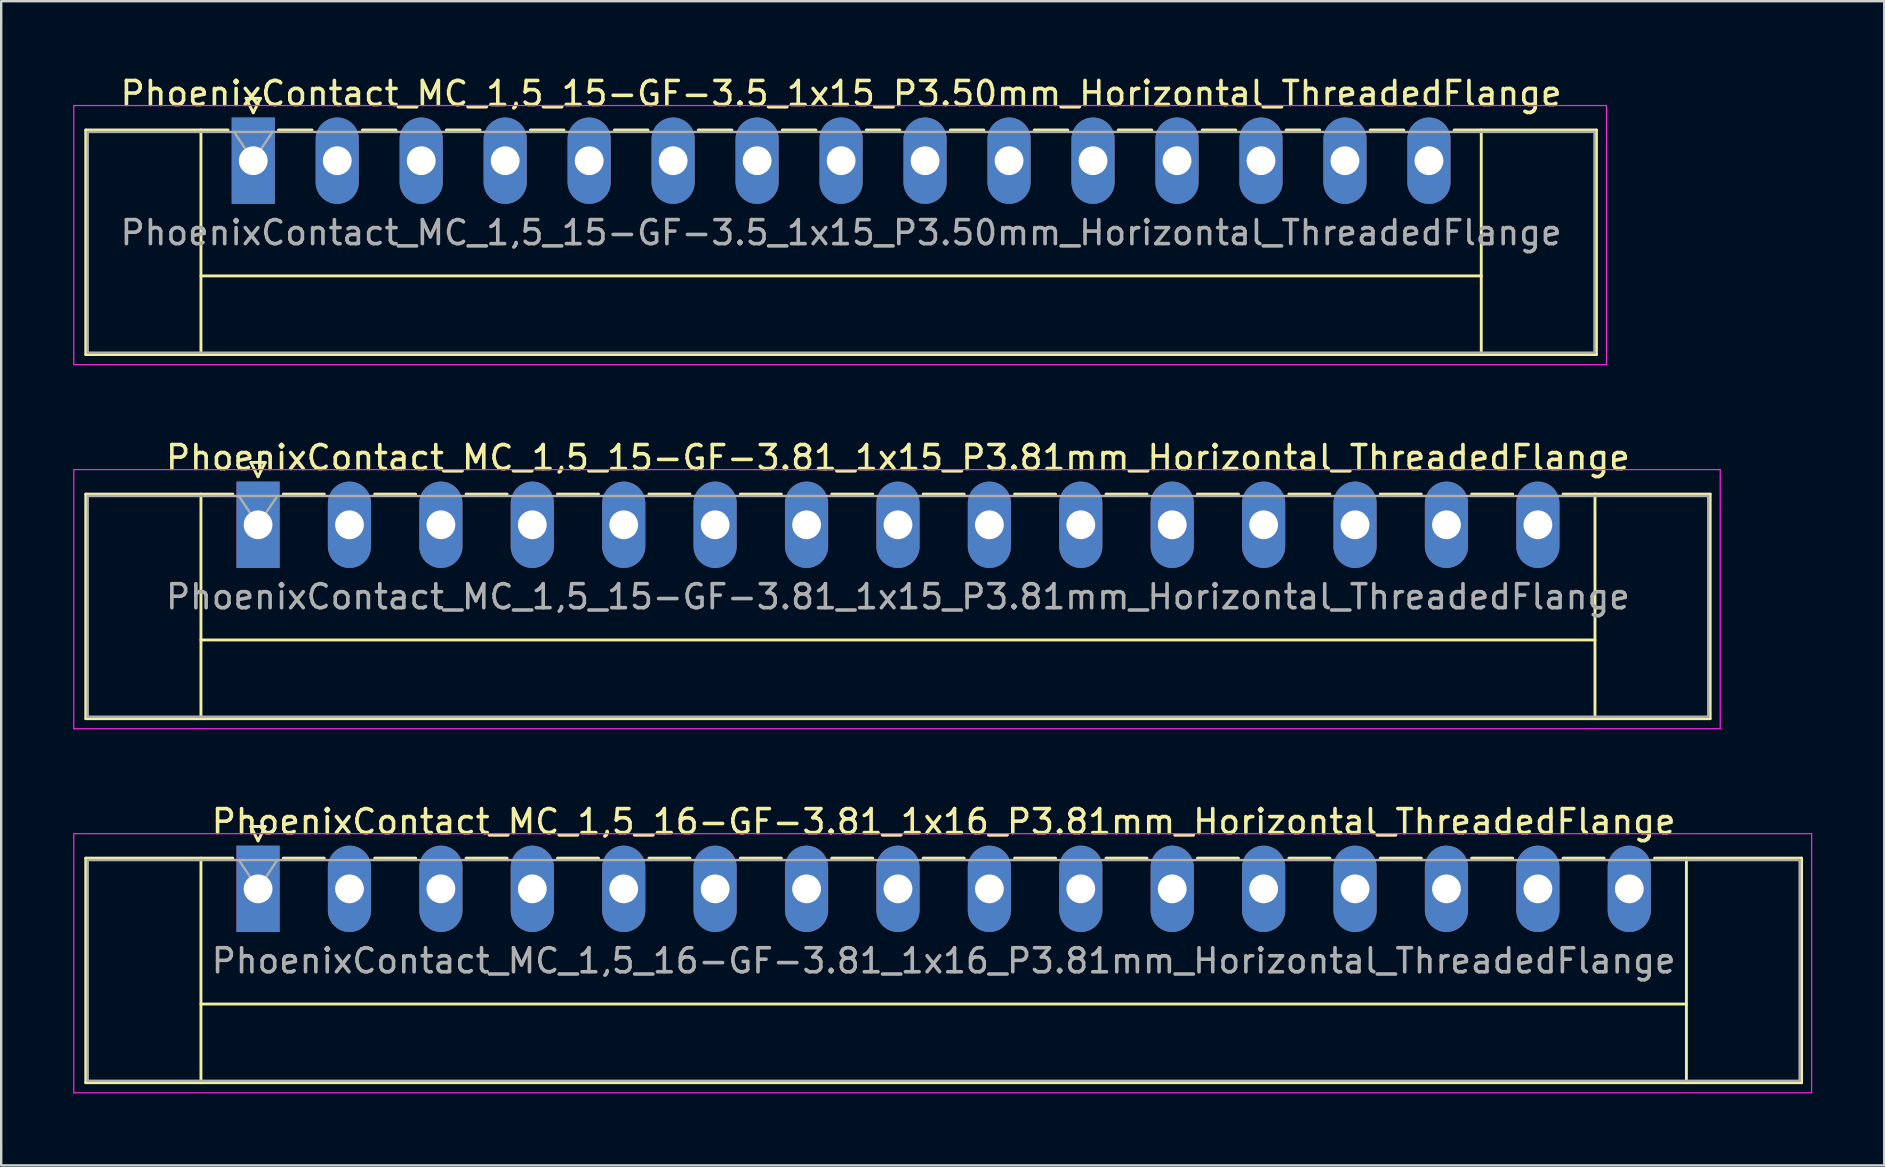
<source format=kicad_pcb>
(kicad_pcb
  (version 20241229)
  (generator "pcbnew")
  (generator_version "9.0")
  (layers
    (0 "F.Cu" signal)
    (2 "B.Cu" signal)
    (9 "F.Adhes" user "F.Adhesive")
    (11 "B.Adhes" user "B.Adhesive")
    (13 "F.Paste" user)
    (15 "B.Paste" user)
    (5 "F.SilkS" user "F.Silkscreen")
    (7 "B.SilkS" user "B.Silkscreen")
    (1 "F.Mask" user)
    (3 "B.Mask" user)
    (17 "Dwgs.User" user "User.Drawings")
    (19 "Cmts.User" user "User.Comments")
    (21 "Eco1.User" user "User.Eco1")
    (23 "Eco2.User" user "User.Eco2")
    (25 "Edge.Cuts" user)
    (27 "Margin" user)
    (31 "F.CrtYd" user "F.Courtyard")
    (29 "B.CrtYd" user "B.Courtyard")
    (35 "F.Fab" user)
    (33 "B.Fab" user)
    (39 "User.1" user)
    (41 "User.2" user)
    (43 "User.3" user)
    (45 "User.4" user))
  (footprint "PhoenixContact_MC_1,5_15-GF-3.5_1x15_P3.50mm_Horizontal_ThreadedFlange"
    (layer "F.Cu")
    (at 7.505 3.648)
    (property "Reference" "PhoenixContact_MC_1,5_15-GF-3.5_1x15_P3.50mm_Horizontal_ThreadedFlange" (at 24.5 -2.8 0) (layer "F.SilkS") (effects (font (size 1 1) (thickness 0.15))))
    (attr through_hole)
    (fp_line (start -6.98 -1.28) (end -6.98 8.08) (stroke (width 0.12) (type solid)) (layer "F.SilkS"))
    (fp_line (start -6.98 -1.28) (end -1.05 -1.28) (stroke (width 0.12) (type solid)) (layer "F.SilkS"))
    (fp_line (start -6.98 8.08) (end 55.98 8.08) (stroke (width 0.12) (type solid)) (layer "F.SilkS"))
    (fp_line (start -2.18 -1.28) (end -2.18 8.08) (stroke (width 0.12) (type solid)) (layer "F.SilkS"))
    (fp_line (start -2.18 4.8) (end 51.18 4.8) (stroke (width 0.12) (type solid)) (layer "F.SilkS"))
    (fp_line (start -0.3 -2.6) (end 0.3 -2.6) (stroke (width 0.12) (type solid)) (layer "F.SilkS"))
    (fp_line (start 0 -2) (end -0.3 -2.6) (stroke (width 0.12) (type solid)) (layer "F.SilkS"))
    (fp_line (start 0.3 -2.6) (end 0 -2) (stroke (width 0.12) (type solid)) (layer "F.SilkS"))
    (fp_line (start 1.05 -1.28) (end 2.45 -1.28) (stroke (width 0.12) (type solid)) (layer "F.SilkS"))
    (fp_line (start 4.55 -1.28) (end 5.95 -1.28) (stroke (width 0.12) (type solid)) (layer "F.SilkS"))
    (fp_line (start 8.05 -1.28) (end 9.45 -1.28) (stroke (width 0.12) (type solid)) (layer "F.SilkS"))
    (fp_line (start 11.55 -1.28) (end 12.95 -1.28) (stroke (width 0.12) (type solid)) (layer "F.SilkS"))
    (fp_line (start 15.05 -1.28) (end 16.45 -1.28) (stroke (width 0.12) (type solid)) (layer "F.SilkS"))
    (fp_line (start 18.55 -1.28) (end 19.95 -1.28) (stroke (width 0.12) (type solid)) (layer "F.SilkS"))
    (fp_line (start 22.05 -1.28) (end 23.45 -1.28) (stroke (width 0.12) (type solid)) (layer "F.SilkS"))
    (fp_line (start 25.55 -1.28) (end 26.95 -1.28) (stroke (width 0.12) (type solid)) (layer "F.SilkS"))
    (fp_line (start 29.05 -1.28) (end 30.45 -1.28) (stroke (width 0.12) (type solid)) (layer "F.SilkS"))
    (fp_line (start 32.55 -1.28) (end 33.95 -1.28) (stroke (width 0.12) (type solid)) (layer "F.SilkS"))
    (fp_line (start 36.05 -1.28) (end 37.45 -1.28) (stroke (width 0.12) (type solid)) (layer "F.SilkS"))
    (fp_line (start 39.55 -1.28) (end 40.95 -1.28) (stroke (width 0.12) (type solid)) (layer "F.SilkS"))
    (fp_line (start 43.05 -1.28) (end 44.45 -1.28) (stroke (width 0.12) (type solid)) (layer "F.SilkS"))
    (fp_line (start 46.55 -1.28) (end 47.95 -1.28) (stroke (width 0.12) (type solid)) (layer "F.SilkS"))
    (fp_line (start 51.18 -1.28) (end 51.18 8.08) (stroke (width 0.12) (type solid)) (layer "F.SilkS"))
    (fp_line (start 55.98 -1.28) (end 50.05 -1.28) (stroke (width 0.12) (type solid)) (layer "F.SilkS"))
    (fp_line (start 55.98 8.08) (end 55.98 -1.28) (stroke (width 0.12) (type solid)) (layer "F.SilkS"))
    (fp_line (start -7.48 -2.3) (end -7.48 8.5) (stroke (width 0.05) (type solid)) (layer "F.CrtYd"))
    (fp_line (start -7.48 8.5) (end 56.4 8.5) (stroke (width 0.05) (type solid)) (layer "F.CrtYd"))
    (fp_line (start 56.4 -2.3) (end -7.48 -2.3) (stroke (width 0.05) (type solid)) (layer "F.CrtYd"))
    (fp_line (start 56.4 8.5) (end 56.4 -2.3) (stroke (width 0.05) (type solid)) (layer "F.CrtYd"))
    (fp_line (start -6.9 -1.2) (end -6.9 8) (stroke (width 0.1) (type solid)) (layer "F.Fab"))
    (fp_line (start -6.9 8) (end 55.9 8) (stroke (width 0.1) (type solid)) (layer "F.Fab"))
    (fp_line (start 0 0) (end -0.8 -1.2) (stroke (width 0.1) (type solid)) (layer "F.Fab"))
    (fp_line (start 0.8 -1.2) (end 0 0) (stroke (width 0.1) (type solid)) (layer "F.Fab"))
    (fp_line (start 55.9 -1.2) (end -6.9 -1.2) (stroke (width 0.1) (type solid)) (layer "F.Fab"))
    (fp_line (start 55.9 8) (end 55.9 -1.2) (stroke (width 0.1) (type solid)) (layer "F.Fab"))
    (fp_text user "${REFERENCE}" (at 24.5 3 0) (layer "F.Fab") (effects (font (size 1 1) (thickness 0.15))))
    (pad "1" thru_hole rect (at 0 0) (size 1.8 3.6) (drill 1.2) (layers "*.Cu" "*.Mask"))
    (pad "2" thru_hole oval (at 3.5 0) (size 1.8 3.6) (drill 1.2) (layers "*.Cu" "*.Mask"))
    (pad "3" thru_hole oval (at 7 0) (size 1.8 3.6) (drill 1.2) (layers "*.Cu" "*.Mask"))
    (pad "4" thru_hole oval (at 10.5 0) (size 1.8 3.6) (drill 1.2) (layers "*.Cu" "*.Mask"))
    (pad "5" thru_hole oval (at 14 0) (size 1.8 3.6) (drill 1.2) (layers "*.Cu" "*.Mask"))
    (pad "6" thru_hole oval (at 17.5 0) (size 1.8 3.6) (drill 1.2) (layers "*.Cu" "*.Mask"))
    (pad "7" thru_hole oval (at 21 0) (size 1.8 3.6) (drill 1.2) (layers "*.Cu" "*.Mask"))
    (pad "8" thru_hole oval (at 24.5 0) (size 1.8 3.6) (drill 1.2) (layers "*.Cu" "*.Mask"))
    (pad "9" thru_hole oval (at 28 0) (size 1.8 3.6) (drill 1.2) (layers "*.Cu" "*.Mask"))
    (pad "10" thru_hole oval (at 31.5 0) (size 1.8 3.6) (drill 1.2) (layers "*.Cu" "*.Mask"))
    (pad "11" thru_hole oval (at 35 0) (size 1.8 3.6) (drill 1.2) (layers "*.Cu" "*.Mask"))
    (pad "12" thru_hole oval (at 38.5 0) (size 1.8 3.6) (drill 1.2) (layers "*.Cu" "*.Mask"))
    (pad "13" thru_hole oval (at 42 0) (size 1.8 3.6) (drill 1.2) (layers "*.Cu" "*.Mask"))
    (pad "14" thru_hole oval (at 45.5 0) (size 1.8 3.6) (drill 1.2) (layers "*.Cu" "*.Mask"))
    (pad "15" thru_hole oval (at 49 0) (size 1.8 3.6) (drill 1.2) (layers "*.Cu" "*.Mask")))
  (footprint "PhoenixContact_MC_1,5_16-GF-3.81_1x16_P3.81mm_Horizontal_ThreadedFlange"
    (layer "F.Cu")
    (at 7.705 33.995)
    (property "Reference" "PhoenixContact_MC_1,5_16-GF-3.81_1x16_P3.81mm_Horizontal_ThreadedFlange" (at 28.575 -2.8 0) (layer "F.SilkS") (effects (font (size 1 1) (thickness 0.15))))
    (attr through_hole)
    (fp_line (start -7.18 -1.28) (end -7.18 8.08) (stroke (width 0.12) (type solid)) (layer "F.SilkS"))
    (fp_line (start -7.18 -1.28) (end -1.05 -1.28) (stroke (width 0.12) (type solid)) (layer "F.SilkS"))
    (fp_line (start -7.18 8.08) (end 64.33 8.08) (stroke (width 0.12) (type solid)) (layer "F.SilkS"))
    (fp_line (start -2.38 -1.28) (end -2.38 8.08) (stroke (width 0.12) (type solid)) (layer "F.SilkS"))
    (fp_line (start -2.38 4.8) (end 59.53 4.8) (stroke (width 0.12) (type solid)) (layer "F.SilkS"))
    (fp_line (start -0.3 -2.6) (end 0.3 -2.6) (stroke (width 0.12) (type solid)) (layer "F.SilkS"))
    (fp_line (start 0 -2) (end -0.3 -2.6) (stroke (width 0.12) (type solid)) (layer "F.SilkS"))
    (fp_line (start 0.3 -2.6) (end 0 -2) (stroke (width 0.12) (type solid)) (layer "F.SilkS"))
    (fp_line (start 1.05 -1.28) (end 2.76 -1.28) (stroke (width 0.12) (type solid)) (layer "F.SilkS"))
    (fp_line (start 4.86 -1.28) (end 6.57 -1.28) (stroke (width 0.12) (type solid)) (layer "F.SilkS"))
    (fp_line (start 8.67 -1.28) (end 10.38 -1.28) (stroke (width 0.12) (type solid)) (layer "F.SilkS"))
    (fp_line (start 12.48 -1.28) (end 14.19 -1.28) (stroke (width 0.12) (type solid)) (layer "F.SilkS"))
    (fp_line (start 16.29 -1.28) (end 18 -1.28) (stroke (width 0.12) (type solid)) (layer "F.SilkS"))
    (fp_line (start 20.1 -1.28) (end 21.81 -1.28) (stroke (width 0.12) (type solid)) (layer "F.SilkS"))
    (fp_line (start 23.91 -1.28) (end 25.62 -1.28) (stroke (width 0.12) (type solid)) (layer "F.SilkS"))
    (fp_line (start 27.72 -1.28) (end 29.43 -1.28) (stroke (width 0.12) (type solid)) (layer "F.SilkS"))
    (fp_line (start 31.53 -1.28) (end 33.24 -1.28) (stroke (width 0.12) (type solid)) (layer "F.SilkS"))
    (fp_line (start 35.34 -1.28) (end 37.05 -1.28) (stroke (width 0.12) (type solid)) (layer "F.SilkS"))
    (fp_line (start 39.15 -1.28) (end 40.86 -1.28) (stroke (width 0.12) (type solid)) (layer "F.SilkS"))
    (fp_line (start 42.96 -1.28) (end 44.67 -1.28) (stroke (width 0.12) (type solid)) (layer "F.SilkS"))
    (fp_line (start 46.77 -1.28) (end 48.48 -1.28) (stroke (width 0.12) (type solid)) (layer "F.SilkS"))
    (fp_line (start 50.58 -1.28) (end 52.29 -1.28) (stroke (width 0.12) (type solid)) (layer "F.SilkS"))
    (fp_line (start 54.39 -1.28) (end 56.1 -1.28) (stroke (width 0.12) (type solid)) (layer "F.SilkS"))
    (fp_line (start 59.53 -1.28) (end 59.53 8.08) (stroke (width 0.12) (type solid)) (layer "F.SilkS"))
    (fp_line (start 64.33 -1.28) (end 58.2 -1.28) (stroke (width 0.12) (type solid)) (layer "F.SilkS"))
    (fp_line (start 64.33 8.08) (end 64.33 -1.28) (stroke (width 0.12) (type solid)) (layer "F.SilkS"))
    (fp_line (start -7.68 -2.3) (end -7.68 8.5) (stroke (width 0.05) (type solid)) (layer "F.CrtYd"))
    (fp_line (start -7.68 8.5) (end 64.75 8.5) (stroke (width 0.05) (type solid)) (layer "F.CrtYd"))
    (fp_line (start 64.75 -2.3) (end -7.68 -2.3) (stroke (width 0.05) (type solid)) (layer "F.CrtYd"))
    (fp_line (start 64.75 8.5) (end 64.75 -2.3) (stroke (width 0.05) (type solid)) (layer "F.CrtYd"))
    (fp_line (start -7.1 -1.2) (end -7.1 8) (stroke (width 0.1) (type solid)) (layer "F.Fab"))
    (fp_line (start -7.1 8) (end 64.25 8) (stroke (width 0.1) (type solid)) (layer "F.Fab"))
    (fp_line (start 0 0) (end -0.8 -1.2) (stroke (width 0.1) (type solid)) (layer "F.Fab"))
    (fp_line (start 0.8 -1.2) (end 0 0) (stroke (width 0.1) (type solid)) (layer "F.Fab"))
    (fp_line (start 64.25 -1.2) (end -7.1 -1.2) (stroke (width 0.1) (type solid)) (layer "F.Fab"))
    (fp_line (start 64.25 8) (end 64.25 -1.2) (stroke (width 0.1) (type solid)) (layer "F.Fab"))
    (fp_text user "${REFERENCE}" (at 28.575 3 0) (layer "F.Fab") (effects (font (size 1 1) (thickness 0.15))))
    (pad "1" thru_hole rect (at 0 0) (size 1.8 3.6) (drill 1.2) (layers "*.Cu" "*.Mask"))
    (pad "2" thru_hole oval (at 3.81 0) (size 1.8 3.6) (drill 1.2) (layers "*.Cu" "*.Mask"))
    (pad "3" thru_hole oval (at 7.62 0) (size 1.8 3.6) (drill 1.2) (layers "*.Cu" "*.Mask"))
    (pad "4" thru_hole oval (at 11.43 0) (size 1.8 3.6) (drill 1.2) (layers "*.Cu" "*.Mask"))
    (pad "5" thru_hole oval (at 15.24 0) (size 1.8 3.6) (drill 1.2) (layers "*.Cu" "*.Mask"))
    (pad "6" thru_hole oval (at 19.05 0) (size 1.8 3.6) (drill 1.2) (layers "*.Cu" "*.Mask"))
    (pad "7" thru_hole oval (at 22.86 0) (size 1.8 3.6) (drill 1.2) (layers "*.Cu" "*.Mask"))
    (pad "8" thru_hole oval (at 26.67 0) (size 1.8 3.6) (drill 1.2) (layers "*.Cu" "*.Mask"))
    (pad "9" thru_hole oval (at 30.48 0) (size 1.8 3.6) (drill 1.2) (layers "*.Cu" "*.Mask"))
    (pad "10" thru_hole oval (at 34.29 0) (size 1.8 3.6) (drill 1.2) (layers "*.Cu" "*.Mask"))
    (pad "11" thru_hole oval (at 38.1 0) (size 1.8 3.6) (drill 1.2) (layers "*.Cu" "*.Mask"))
    (pad "12" thru_hole oval (at 41.91 0) (size 1.8 3.6) (drill 1.2) (layers "*.Cu" "*.Mask"))
    (pad "13" thru_hole oval (at 45.72 0) (size 1.8 3.6) (drill 1.2) (layers "*.Cu" "*.Mask"))
    (pad "14" thru_hole oval (at 49.53 0) (size 1.8 3.6) (drill 1.2) (layers "*.Cu" "*.Mask"))
    (pad "15" thru_hole oval (at 53.34 0) (size 1.8 3.6) (drill 1.2) (layers "*.Cu" "*.Mask"))
    (pad "16" thru_hole oval (at 57.15 0) (size 1.8 3.6) (drill 1.2) (layers "*.Cu" "*.Mask")))
  (footprint "PhoenixContact_MC_1,5_15-GF-3.81_1x15_P3.81mm_Horizontal_ThreadedFlange"
    (layer "F.Cu")
    (at 7.705 18.822)
    (property "Reference" "PhoenixContact_MC_1,5_15-GF-3.81_1x15_P3.81mm_Horizontal_ThreadedFlange" (at 26.67 -2.8 0) (layer "F.SilkS") (effects (font (size 1 1) (thickness 0.15))))
    (attr through_hole)
    (fp_line (start -7.18 -1.28) (end -7.18 8.08) (stroke (width 0.12) (type solid)) (layer "F.SilkS"))
    (fp_line (start -7.18 -1.28) (end -1.05 -1.28) (stroke (width 0.12) (type solid)) (layer "F.SilkS"))
    (fp_line (start -7.18 8.08) (end 60.52 8.08) (stroke (width 0.12) (type solid)) (layer "F.SilkS"))
    (fp_line (start -2.38 -1.28) (end -2.38 8.08) (stroke (width 0.12) (type solid)) (layer "F.SilkS"))
    (fp_line (start -2.38 4.8) (end 55.72 4.8) (stroke (width 0.12) (type solid)) (layer "F.SilkS"))
    (fp_line (start -0.3 -2.6) (end 0.3 -2.6) (stroke (width 0.12) (type solid)) (layer "F.SilkS"))
    (fp_line (start 0 -2) (end -0.3 -2.6) (stroke (width 0.12) (type solid)) (layer "F.SilkS"))
    (fp_line (start 0.3 -2.6) (end 0 -2) (stroke (width 0.12) (type solid)) (layer "F.SilkS"))
    (fp_line (start 1.05 -1.28) (end 2.76 -1.28) (stroke (width 0.12) (type solid)) (layer "F.SilkS"))
    (fp_line (start 4.86 -1.28) (end 6.57 -1.28) (stroke (width 0.12) (type solid)) (layer "F.SilkS"))
    (fp_line (start 8.67 -1.28) (end 10.38 -1.28) (stroke (width 0.12) (type solid)) (layer "F.SilkS"))
    (fp_line (start 12.48 -1.28) (end 14.19 -1.28) (stroke (width 0.12) (type solid)) (layer "F.SilkS"))
    (fp_line (start 16.29 -1.28) (end 18 -1.28) (stroke (width 0.12) (type solid)) (layer "F.SilkS"))
    (fp_line (start 20.1 -1.28) (end 21.81 -1.28) (stroke (width 0.12) (type solid)) (layer "F.SilkS"))
    (fp_line (start 23.91 -1.28) (end 25.62 -1.28) (stroke (width 0.12) (type solid)) (layer "F.SilkS"))
    (fp_line (start 27.72 -1.28) (end 29.43 -1.28) (stroke (width 0.12) (type solid)) (layer "F.SilkS"))
    (fp_line (start 31.53 -1.28) (end 33.24 -1.28) (stroke (width 0.12) (type solid)) (layer "F.SilkS"))
    (fp_line (start 35.34 -1.28) (end 37.05 -1.28) (stroke (width 0.12) (type solid)) (layer "F.SilkS"))
    (fp_line (start 39.15 -1.28) (end 40.86 -1.28) (stroke (width 0.12) (type solid)) (layer "F.SilkS"))
    (fp_line (start 42.96 -1.28) (end 44.67 -1.28) (stroke (width 0.12) (type solid)) (layer "F.SilkS"))
    (fp_line (start 46.77 -1.28) (end 48.48 -1.28) (stroke (width 0.12) (type solid)) (layer "F.SilkS"))
    (fp_line (start 50.58 -1.28) (end 52.29 -1.28) (stroke (width 0.12) (type solid)) (layer "F.SilkS"))
    (fp_line (start 55.72 -1.28) (end 55.72 8.08) (stroke (width 0.12) (type solid)) (layer "F.SilkS"))
    (fp_line (start 60.52 -1.28) (end 54.39 -1.28) (stroke (width 0.12) (type solid)) (layer "F.SilkS"))
    (fp_line (start 60.52 8.08) (end 60.52 -1.28) (stroke (width 0.12) (type solid)) (layer "F.SilkS"))
    (fp_line (start -7.68 -2.3) (end -7.68 8.5) (stroke (width 0.05) (type solid)) (layer "F.CrtYd"))
    (fp_line (start -7.68 8.5) (end 60.94 8.5) (stroke (width 0.05) (type solid)) (layer "F.CrtYd"))
    (fp_line (start 60.94 -2.3) (end -7.68 -2.3) (stroke (width 0.05) (type solid)) (layer "F.CrtYd"))
    (fp_line (start 60.94 8.5) (end 60.94 -2.3) (stroke (width 0.05) (type solid)) (layer "F.CrtYd"))
    (fp_line (start -7.1 -1.2) (end -7.1 8) (stroke (width 0.1) (type solid)) (layer "F.Fab"))
    (fp_line (start -7.1 8) (end 60.44 8) (stroke (width 0.1) (type solid)) (layer "F.Fab"))
    (fp_line (start 0 0) (end -0.8 -1.2) (stroke (width 0.1) (type solid)) (layer "F.Fab"))
    (fp_line (start 0.8 -1.2) (end 0 0) (stroke (width 0.1) (type solid)) (layer "F.Fab"))
    (fp_line (start 60.44 -1.2) (end -7.1 -1.2) (stroke (width 0.1) (type solid)) (layer "F.Fab"))
    (fp_line (start 60.44 8) (end 60.44 -1.2) (stroke (width 0.1) (type solid)) (layer "F.Fab"))
    (fp_text user "${REFERENCE}" (at 26.67 3 0) (layer "F.Fab") (effects (font (size 1 1) (thickness 0.15))))
    (pad "1" thru_hole rect (at 0 0) (size 1.8 3.6) (drill 1.2) (layers "*.Cu" "*.Mask"))
    (pad "2" thru_hole oval (at 3.81 0) (size 1.8 3.6) (drill 1.2) (layers "*.Cu" "*.Mask"))
    (pad "3" thru_hole oval (at 7.62 0) (size 1.8 3.6) (drill 1.2) (layers "*.Cu" "*.Mask"))
    (pad "4" thru_hole oval (at 11.43 0) (size 1.8 3.6) (drill 1.2) (layers "*.Cu" "*.Mask"))
    (pad "5" thru_hole oval (at 15.24 0) (size 1.8 3.6) (drill 1.2) (layers "*.Cu" "*.Mask"))
    (pad "6" thru_hole oval (at 19.05 0) (size 1.8 3.6) (drill 1.2) (layers "*.Cu" "*.Mask"))
    (pad "7" thru_hole oval (at 22.86 0) (size 1.8 3.6) (drill 1.2) (layers "*.Cu" "*.Mask"))
    (pad "8" thru_hole oval (at 26.67 0) (size 1.8 3.6) (drill 1.2) (layers "*.Cu" "*.Mask"))
    (pad "9" thru_hole oval (at 30.48 0) (size 1.8 3.6) (drill 1.2) (layers "*.Cu" "*.Mask"))
    (pad "10" thru_hole oval (at 34.29 0) (size 1.8 3.6) (drill 1.2) (layers "*.Cu" "*.Mask"))
    (pad "11" thru_hole oval (at 38.1 0) (size 1.8 3.6) (drill 1.2) (layers "*.Cu" "*.Mask"))
    (pad "12" thru_hole oval (at 41.91 0) (size 1.8 3.6) (drill 1.2) (layers "*.Cu" "*.Mask"))
    (pad "13" thru_hole oval (at 45.72 0) (size 1.8 3.6) (drill 1.2) (layers "*.Cu" "*.Mask"))
    (pad "14" thru_hole oval (at 49.53 0) (size 1.8 3.6) (drill 1.2) (layers "*.Cu" "*.Mask"))
    (pad "15" thru_hole oval (at 53.34 0) (size 1.8 3.6) (drill 1.2) (layers "*.Cu" "*.Mask")))
  (gr_rect
    (start -3 -3)
    (end 75.48 45.52)
    (stroke (width 0.1) (type default))
    (fill no)
    (layer "Edge.Cuts")))
</source>
